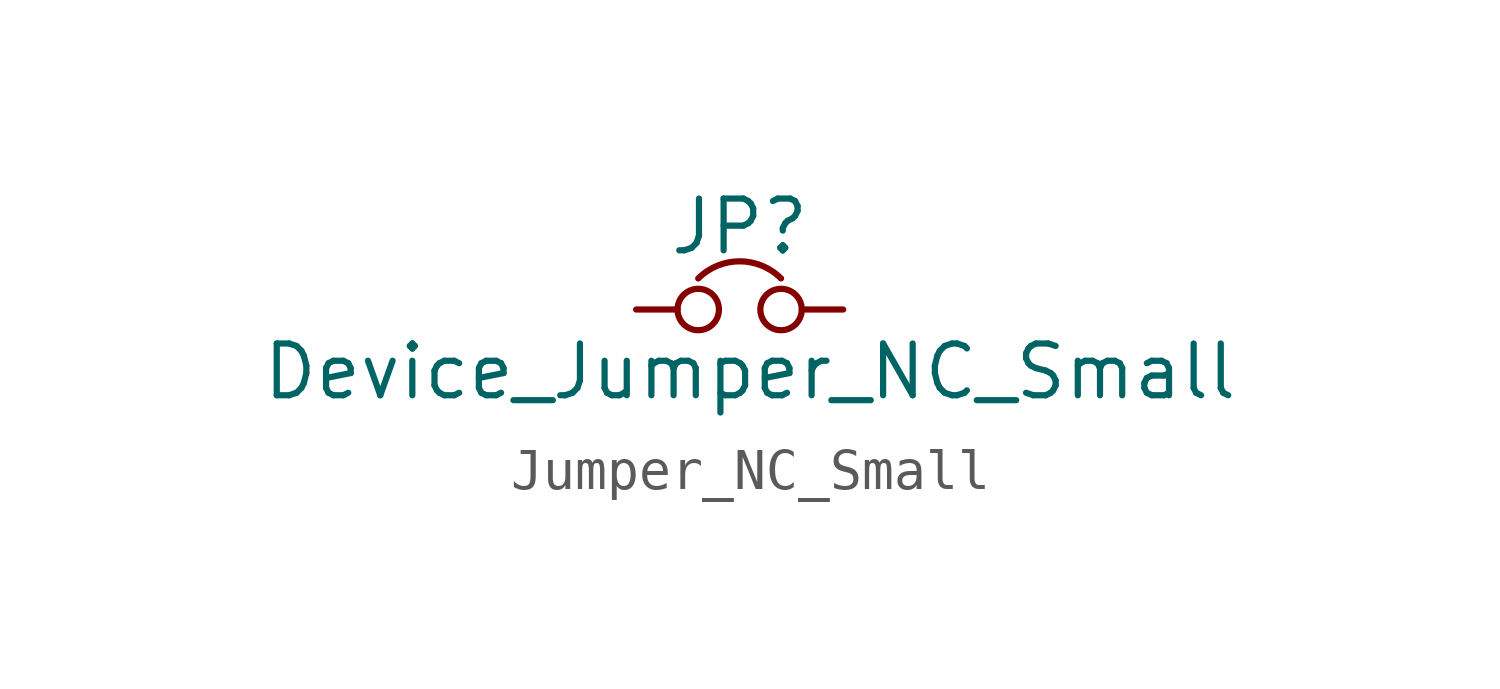
<source format=kicad_sym>
(kicad_symbol_lib
  (version 20220914)
  (generator kicad_symbol_editor)
  (symbol "Jumper_NC_Small"
    (pin_numbers hide)
    (pin_names
      (offset 0.762) hide)
    (property "Reference" "JP"
      (at 0 2.032 0)
      (effects (font (size 1.27 1.27))))
    (property "Value" "Device_Jumper_NC_Small"
      (at 0.254 -1.524 0)
      (effects (font (size 1.27 1.27))))
    (symbol "Jumper_NC_Small_0_1"
      (circle (center -1.016 0) (radius 0.508) (stroke (width 0) (type default)) (fill (type none)))
      (circle (center 1.016 0) (radius 0.508) (stroke (width 0) (type default)) (fill (type none)))
      (arc (start 1.016 0.762) (mid 0 1.1828) (end -1.016 0.762) (stroke (width 0) (type default)) (fill (type none)))
      (pin passive line (at -2.54 0 0) (length 1.016) (name "1" (effects (font (size 1.27 1.27)))) (number "1" (effects (font (size 1.27 1.27)))))
      (pin passive line (at 2.54 0 180) (length 1.016) (name "2" (effects (font (size 1.27 1.27)))) (number "2" (effects (font (size 1.27 1.27))))))))
</source>
